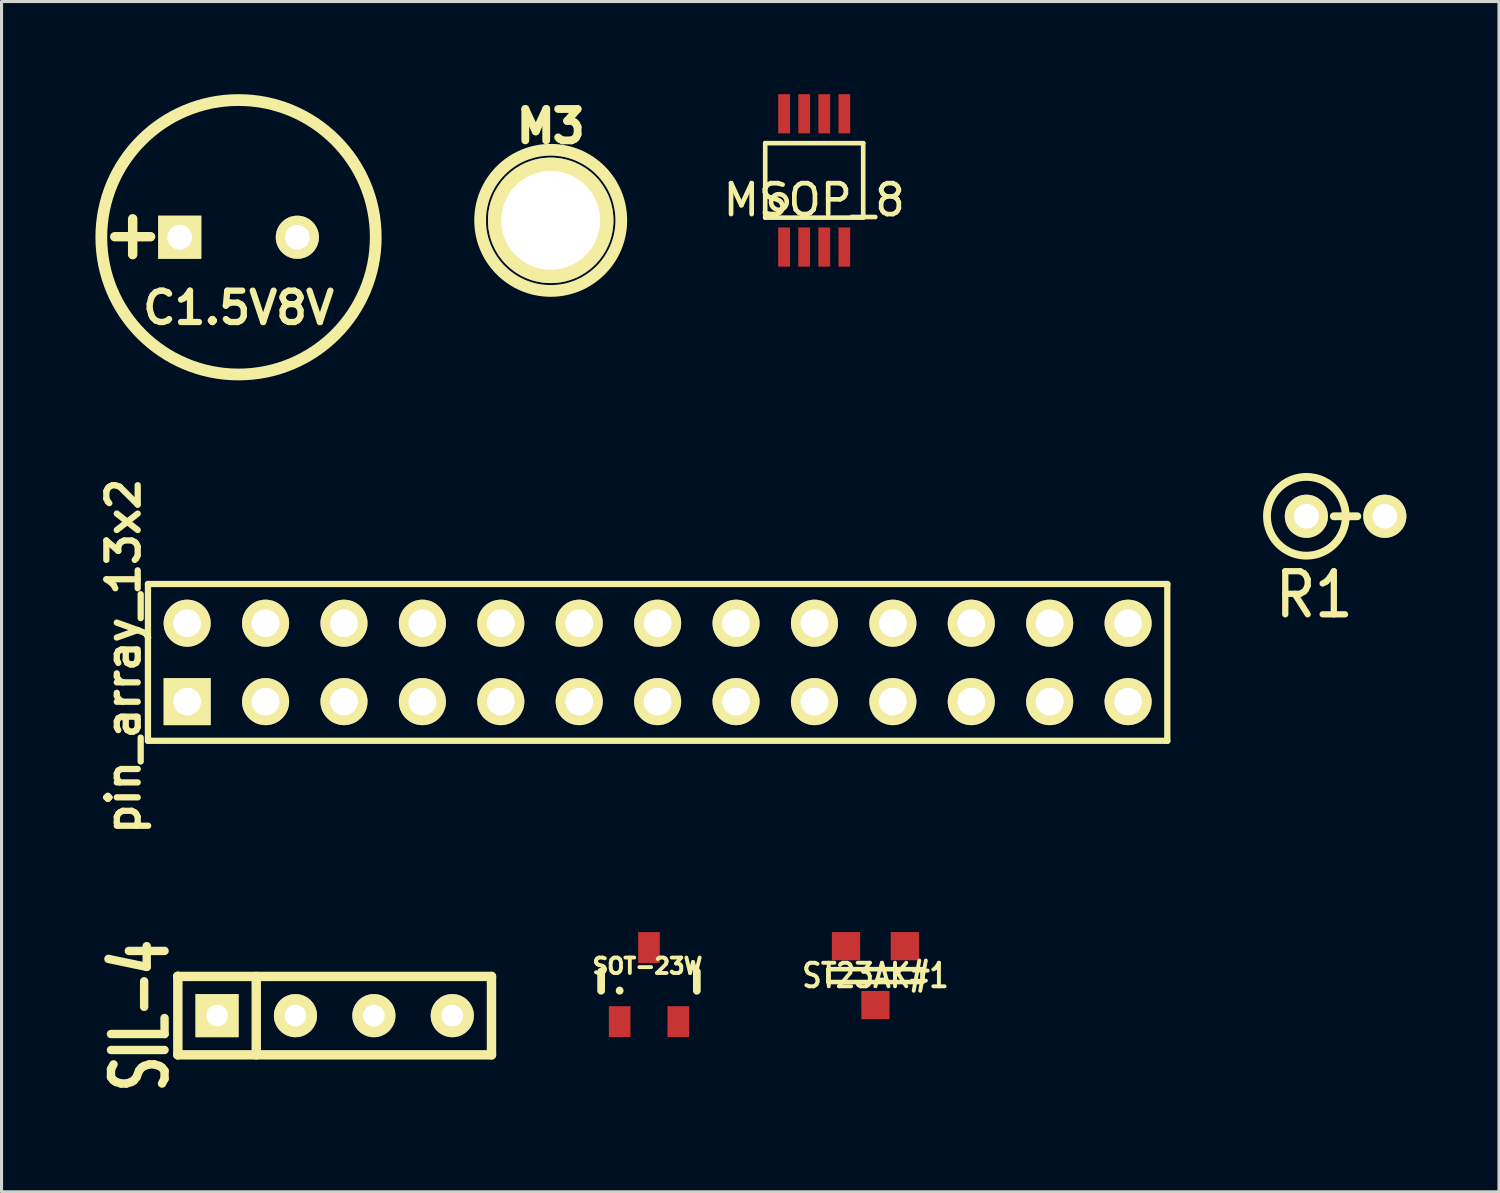
<source format=kicad_pcb>
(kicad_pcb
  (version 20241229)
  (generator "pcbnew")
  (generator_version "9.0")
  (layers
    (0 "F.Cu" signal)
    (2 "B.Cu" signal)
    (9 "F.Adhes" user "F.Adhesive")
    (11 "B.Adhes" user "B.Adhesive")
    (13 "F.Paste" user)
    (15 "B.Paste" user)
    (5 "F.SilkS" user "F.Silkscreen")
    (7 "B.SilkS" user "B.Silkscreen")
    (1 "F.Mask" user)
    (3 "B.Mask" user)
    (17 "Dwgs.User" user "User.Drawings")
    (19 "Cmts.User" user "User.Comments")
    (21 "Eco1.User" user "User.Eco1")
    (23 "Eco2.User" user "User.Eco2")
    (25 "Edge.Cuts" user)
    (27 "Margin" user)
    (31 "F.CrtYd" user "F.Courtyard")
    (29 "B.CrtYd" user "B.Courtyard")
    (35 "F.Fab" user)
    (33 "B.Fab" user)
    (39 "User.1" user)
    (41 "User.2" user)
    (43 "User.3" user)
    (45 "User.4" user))
  (footprint "R1"
    (layer "F.Cu")
    (at 40.538 13.674)
    (property "Reference" "R1" (at -1.016 2.54 0) (layer "F.SilkS") (effects (font (size 1.397 1.27) (thickness 0.203))))
    (attr through_hole)
    (fp_line (start -0.381 0) (end 0.381 0) (stroke (width 0.254) (type solid)) (layer "F.SilkS"))
    (fp_circle (center -1.27 0) (end 0 0.127) (stroke (width 0.254) (type solid)) (fill no) (layer "F.SilkS"))
    (pad "1" thru_hole circle (at -1.27 0) (size 1.397 1.397) (drill 0.8) (layers "*.Cu" "*.Mask" "F.SilkS"))
    (pad "2" thru_hole circle (at 1.27 0) (size 1.397 1.397) (drill 0.8) (layers "*.Cu" "*.Mask" "F.SilkS")))
  (footprint "pin_array_13x2"
    (layer "F.Cu")
    (at 18.253 18.408)
    (property "Reference" "pin_array_13x2" (at -17.302 -0.201 90) (layer "F.SilkS") (effects (font (size 1.016 1.016) (thickness 0.203))))
    (attr through_hole)
    (fp_line (start -16.51 -2.54) (end -16.51 2.54) (stroke (width 0.203) (type solid)) (layer "F.SilkS"))
    (fp_line (start -16.51 2.54) (end 16.51 2.54) (stroke (width 0.203) (type solid)) (layer "F.SilkS"))
    (fp_line (start 16.51 -2.54) (end -16.51 -2.54) (stroke (width 0.203) (type solid)) (layer "F.SilkS"))
    (fp_line (start 16.51 2.54) (end 16.51 -2.54) (stroke (width 0.203) (type solid)) (layer "F.SilkS"))
    (pad "1" thru_hole rect (at -15.24 1.27) (size 1.524 1.524) (drill 0.899) (layers "*.Cu" "*.Mask" "F.SilkS"))
    (pad "2" thru_hole circle (at -15.24 -1.27) (size 1.524 1.524) (drill 0.899) (layers "*.Cu" "*.Mask" "F.SilkS"))
    (pad "3" thru_hole circle (at -12.7 1.27) (size 1.524 1.524) (drill 0.899) (layers "*.Cu" "*.Mask" "F.SilkS"))
    (pad "4" thru_hole circle (at -12.7 -1.27) (size 1.524 1.524) (drill 0.899) (layers "*.Cu" "*.Mask" "F.SilkS"))
    (pad "5" thru_hole circle (at -10.16 1.27) (size 1.524 1.524) (drill 0.899) (layers "*.Cu" "*.Mask" "F.SilkS"))
    (pad "6" thru_hole circle (at -10.16 -1.27) (size 1.524 1.524) (drill 0.899) (layers "*.Cu" "*.Mask" "F.SilkS"))
    (pad "7" thru_hole circle (at -7.62 1.27) (size 1.524 1.524) (drill 0.899) (layers "*.Cu" "*.Mask" "F.SilkS"))
    (pad "8" thru_hole circle (at -7.62 -1.27) (size 1.524 1.524) (drill 0.899) (layers "*.Cu" "*.Mask" "F.SilkS"))
    (pad "9" thru_hole circle (at -5.08 1.27) (size 1.524 1.524) (drill 0.899) (layers "*.Cu" "*.Mask" "F.SilkS"))
    (pad "10" thru_hole circle (at -5.08 -1.27) (size 1.524 1.524) (drill 0.899) (layers "*.Cu" "*.Mask" "F.SilkS"))
    (pad "11" thru_hole circle (at -2.54 1.27) (size 1.524 1.524) (drill 0.899) (layers "*.Cu" "*.Mask" "F.SilkS"))
    (pad "12" thru_hole circle (at -2.54 -1.27) (size 1.524 1.524) (drill 0.899) (layers "*.Cu" "*.Mask" "F.SilkS"))
    (pad "13" thru_hole circle (at 0 1.27) (size 1.524 1.524) (drill 0.899) (layers "*.Cu" "*.Mask" "F.SilkS"))
    (pad "14" thru_hole circle (at 0 -1.27) (size 1.524 1.524) (drill 0.899) (layers "*.Cu" "*.Mask" "F.SilkS"))
    (pad "15" thru_hole circle (at 2.54 1.27) (size 1.524 1.524) (drill 0.899) (layers "*.Cu" "*.Mask" "F.SilkS"))
    (pad "16" thru_hole circle (at 2.54 -1.27) (size 1.524 1.524) (drill 0.899) (layers "*.Cu" "*.Mask" "F.SilkS"))
    (pad "17" thru_hole circle (at 5.08 1.27) (size 1.524 1.524) (drill 0.899) (layers "*.Cu" "*.Mask" "F.SilkS"))
    (pad "18" thru_hole circle (at 5.08 -1.27) (size 1.524 1.524) (drill 0.899) (layers "*.Cu" "*.Mask" "F.SilkS"))
    (pad "19" thru_hole circle (at 7.62 1.27) (size 1.524 1.524) (drill 0.899) (layers "*.Cu" "*.Mask" "F.SilkS"))
    (pad "20" thru_hole circle (at 7.62 -1.27) (size 1.524 1.524) (drill 0.899) (layers "*.Cu" "*.Mask" "F.SilkS"))
    (pad "21" thru_hole circle (at 10.16 1.27) (size 1.524 1.524) (drill 0.899) (layers "*.Cu" "*.Mask" "F.SilkS"))
    (pad "22" thru_hole circle (at 10.16 -1.27) (size 1.524 1.524) (drill 0.899) (layers "*.Cu" "*.Mask" "F.SilkS"))
    (pad "23" thru_hole circle (at 12.7 1.27) (size 1.524 1.524) (drill 0.899) (layers "*.Cu" "*.Mask" "F.SilkS"))
    (pad "24" thru_hole circle (at 12.7 -1.27) (size 1.524 1.524) (drill 0.899) (layers "*.Cu" "*.Mask" "F.SilkS"))
    (pad "25" thru_hole circle (at 15.24 1.27) (size 1.524 1.524) (drill 0.899) (layers "*.Cu" "*.Mask" "F.SilkS"))
    (pad "26" thru_hole circle (at 15.24 -1.27) (size 1.524 1.524) (drill 0.899) (layers "*.Cu" "*.Mask" "F.SilkS")))
  (footprint "ST23AK#1"
    (layer "F.Cu")
    (at 25.308 28.553)
    (property "Reference" "ST23AK#1" (at 0 0 0) (layer "F.SilkS") (effects (font (size 0.762 0.635) (thickness 0.127))))
    (attr smd)
    (fp_line (start -1.524 -0.208) (end 1.524 -0.208) (stroke (width 0.15) (type solid)) (layer "F.SilkS"))
    (fp_line (start -1.524 -0.201) (end -1.524 0.201) (stroke (width 0.15) (type solid)) (layer "F.SilkS"))
    (fp_line (start 1.524 -0.201) (end 1.524 0.201) (stroke (width 0.15) (type solid)) (layer "F.SilkS"))
    (fp_line (start 1.524 0.208) (end -1.524 0.208) (stroke (width 0.15) (type solid)) (layer "F.SilkS"))
    (pad "1" smd rect (at 0.953 -0.953) (size 0.914 0.914) (layers "F.Cu" "F.Mask" "F.Paste"))
    (pad "2" smd rect (at 0 0.953) (size 0.914 0.914) (layers "F.Cu" "F.Mask" "F.Paste"))
    (pad "3" smd rect (at -0.953 -0.953) (size 0.914 0.914) (layers "F.Cu" "F.Mask" "F.Paste")))
  (footprint "SIL-4"
    (layer "F.Cu")
    (at 7.791 29.85)
    (property "Reference" "SIL-4" (at -6.299 0 90) (layer "F.SilkS") (effects (font (size 1.735 1.087) (thickness 0.272))))
    (attr through_hole)
    (fp_line (start -5.08 -1.27) (end -5.08 -1.27) (stroke (width 0.305) (type solid)) (layer "F.SilkS"))
    (fp_line (start -5.08 -1.27) (end -5.08 -1.27) (stroke (width 0.305) (type solid)) (layer "F.SilkS"))
    (fp_line (start -5.08 -1.27) (end 5.08 -1.27) (stroke (width 0.305) (type solid)) (layer "F.SilkS"))
    (fp_line (start -5.08 1.27) (end -5.08 -1.27) (stroke (width 0.305) (type solid)) (layer "F.SilkS"))
    (fp_line (start -2.54 1.27) (end -2.54 -1.27) (stroke (width 0.305) (type solid)) (layer "F.SilkS"))
    (fp_line (start 5.08 -1.27) (end 5.08 1.27) (stroke (width 0.305) (type solid)) (layer "F.SilkS"))
    (fp_line (start 5.08 1.27) (end -5.08 1.27) (stroke (width 0.305) (type solid)) (layer "F.SilkS"))
    (pad "1" thru_hole rect (at -3.81 0) (size 1.397 1.397) (drill 0.701) (layers "*.Cu" "*.Mask" "F.SilkS"))
    (pad "2" thru_hole circle (at -1.27 0) (size 1.397 1.397) (drill 0.701) (layers "*.Cu" "*.Mask" "F.SilkS"))
    (pad "3" thru_hole circle (at 1.27 0) (size 1.397 1.397) (drill 0.701) (layers "*.Cu" "*.Mask" "F.SilkS"))
    (pad "4" thru_hole circle (at 3.81 0) (size 1.397 1.397) (drill 0.701) (layers "*.Cu" "*.Mask" "F.SilkS")))
  (footprint "M3"
    (layer "F.Cu")
    (at 14.789 4.088)
    (property "Reference" "M3" (at 0 -3.048 0) (layer "F.SilkS") (effects (font (size 1.016 1.016) (thickness 0.254))))
    (attr through_hole)
    (fp_circle (center 0 0) (end 0 -2.286) (stroke (width 0.381) (type solid)) (fill no) (layer "F.SilkS"))
    (pad "1" thru_hole circle (at 0 0) (size 4.064 4.064) (drill 3.2) (layers "*.Cu" "*.Mask" "F.SilkS")))
  (footprint "MSOP_8"
    (layer "F.Cu")
    (at 23.325 2.794)
    (property "Reference" "MSOP_8" (at 0 0.635 0) (layer "F.SilkS") (effects (font (size 1.001 1.001) (thickness 0.152))))
    (attr through_hole)
    (fp_line (start -1.587 -1.206) (end -1.587 1.206) (stroke (width 0.15) (type solid)) (layer "F.SilkS"))
    (fp_line (start -1.587 1.206) (end 1.587 1.206) (stroke (width 0.15) (type solid)) (layer "F.SilkS"))
    (fp_line (start 1.587 -1.206) (end -1.587 -1.206) (stroke (width 0.15) (type solid)) (layer "F.SilkS"))
    (fp_line (start 1.587 -1.206) (end 1.587 1.206) (stroke (width 0.15) (type solid)) (layer "F.SilkS"))
    (fp_circle (center -1.143 0.699) (end -0.889 0.699) (stroke (width 0.15) (type solid)) (fill no) (layer "F.SilkS"))
    (pad "1" smd rect (at -0.975 2.159) (size 0.381 1.27) (layers "F.Cu" "F.Mask" "F.Paste"))
    (pad "2" smd rect (at -0.325 2.159) (size 0.381 1.27) (layers "F.Cu" "F.Mask" "F.Paste"))
    (pad "3" smd rect (at 0.325 2.159) (size 0.381 1.27) (layers "F.Cu" "F.Mask" "F.Paste"))
    (pad "4" smd rect (at 0.975 2.159) (size 0.381 1.27) (layers "F.Cu" "F.Mask" "F.Paste"))
    (pad "5" smd rect (at 0.975 -2.159) (size 0.381 1.27) (layers "F.Cu" "F.Mask" "F.Paste"))
    (pad "6" smd rect (at 0.325 -2.159) (size 0.381 1.27) (layers "F.Cu" "F.Mask" "F.Paste"))
    (pad "7" smd rect (at -0.325 -2.159) (size 0.381 1.27) (layers "F.Cu" "F.Mask" "F.Paste"))
    (pad "8" smd rect (at -0.975 -2.159) (size 0.381 1.27) (layers "F.Cu" "F.Mask" "F.Paste")))
  (footprint "C1.5V8V"
    (layer "F.Cu")
    (at 4.677 4.636)
    (property "Reference" "C1.5V8V" (at 0 2.286 0) (layer "F.SilkS") (effects (font (size 1.016 1.016) (thickness 0.203))))
    (attr through_hole)
    (fp_circle (center 0 0) (end 0 4.445) (stroke (width 0.381) (type solid)) (fill no) (layer "F.SilkS"))
    (fp_text user "+" (at -3.429 -0.127 0) (layer "F.SilkS") (effects (font (size 1.524 1.524) (thickness 0.305))))
    (pad "1" thru_hole rect (at -1.905 0) (size 1.397 1.397) (drill 0.8) (layers "*.Cu" "*.Mask" "F.SilkS"))
    (pad "2" thru_hole circle (at 1.905 0) (size 1.397 1.397) (drill 0.8) (layers "*.Cu" "*.Mask" "F.SilkS")))
  (footprint "SOT-23W"
    (layer "F.Cu")
    (at 17.973 28.844)
    (property "Reference" "SOT-23W" (at -0.05 -0.6 0) (layer "F.SilkS") (effects (font (size 0.5 0.5) (thickness 0.125))))
    (attr through_hole)
    (fp_line (start -1.55 -0.42) (end -1.55 0.2) (stroke (width 0.25) (type solid)) (layer "F.SilkS"))
    (fp_line (start -0.95 0.19) (end -0.95 0.2) (stroke (width 0.25) (type solid)) (layer "F.SilkS"))
    (fp_line (start 1.55 -0.42) (end 1.55 0.2) (stroke (width 0.25) (type solid)) (layer "F.SilkS"))
    (pad "1" smd rect (at -0.95 1.2) (size 0.7 1) (layers "F.Cu" "F.Mask" "F.Paste"))
    (pad "2" smd rect (at 0.95 1.2) (size 0.7 1) (layers "F.Cu" "F.Mask" "F.Paste"))
    (pad "3" smd rect (at 0 -1.2) (size 0.7 1) (layers "F.Cu" "F.Mask" "F.Paste")))
  (gr_rect
    (start -3 -3)
    (end 45.507 35.556)
    (stroke (width 0.1) (type default))
    (fill no)
    (layer "Edge.Cuts")))
</source>
